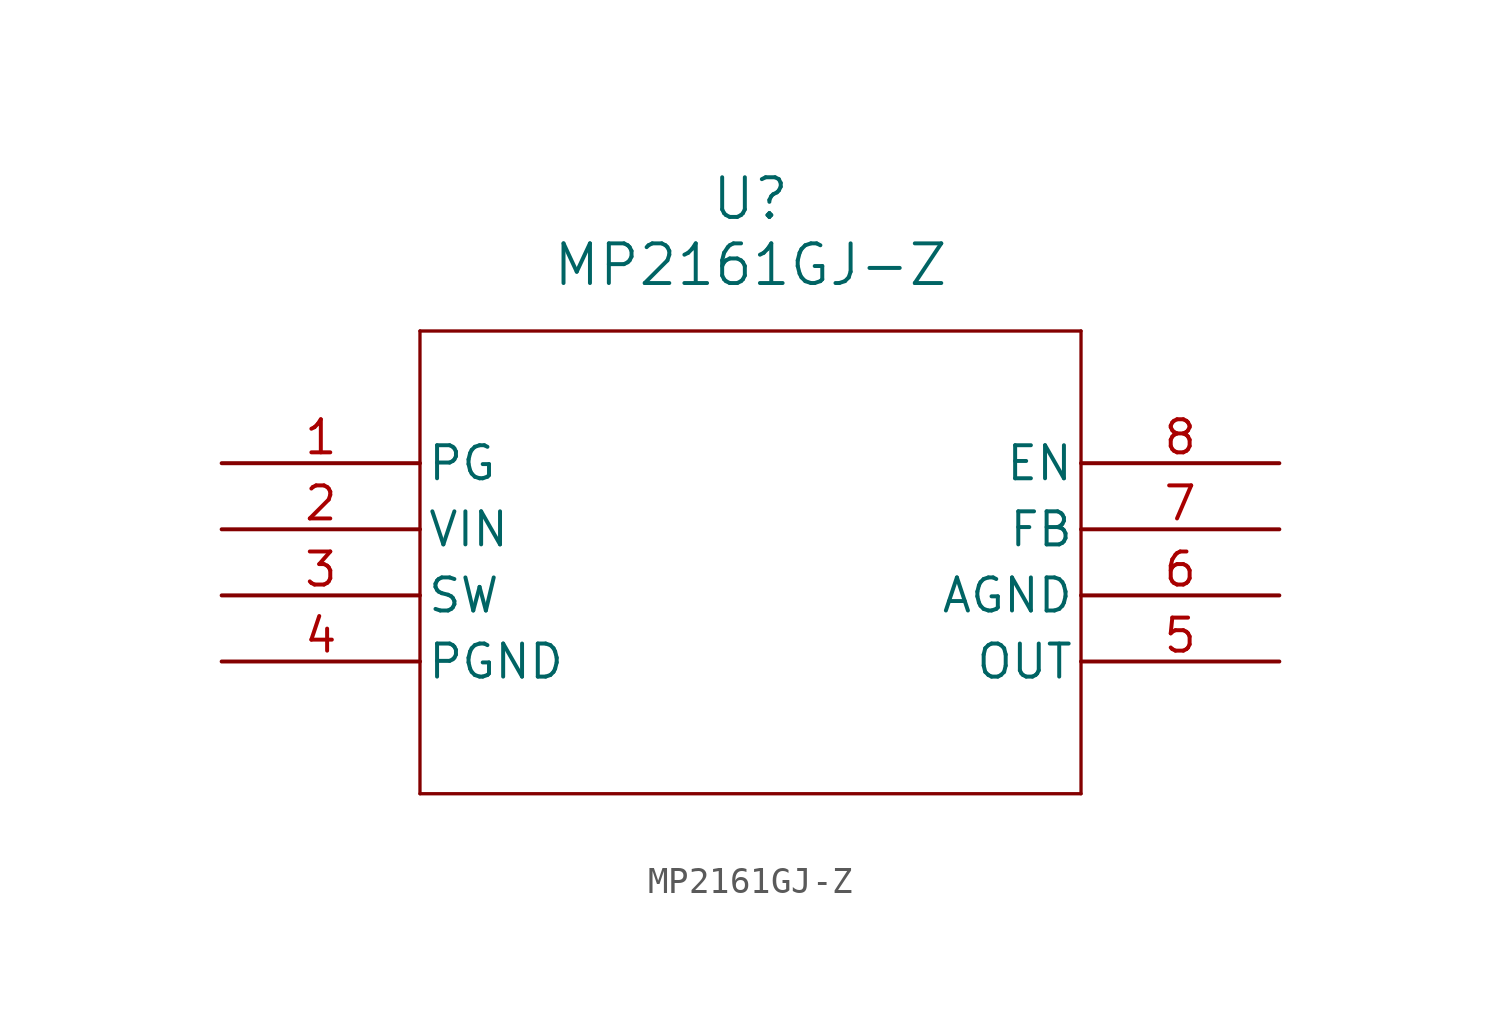
<source format=kicad_sym>
(kicad_symbol_lib
  (version 20211014)
  (generator kicad_symbol_editor)
  (symbol "MP2161GJ-Z"
    (pin_names
      (offset 0.254))
    (property "Reference" "U"
      (at 20.32 10.16 0)
      (effects (font (size 1.524 1.524))))
    (property "Value" "MP2161GJ-Z"
      (at 20.32 7.62 0)
      (effects (font (size 1.524 1.524))))
    (symbol "MP2161GJ-Z_0_1"
      (polyline (pts (xy 7.62 5.08) (xy 7.62 -12.7)) (stroke (width 0.127) (type default) (color 0 0 0 0)) (fill (type none)))
      (polyline (pts (xy 7.62 -12.7) (xy 33.02 -12.7)) (stroke (width 0.127) (type default) (color 0 0 0 0)) (fill (type none)))
      (polyline (pts (xy 33.02 -12.7) (xy 33.02 5.08)) (stroke (width 0.127) (type default) (color 0 0 0 0)) (fill (type none)))
      (polyline (pts (xy 33.02 5.08) (xy 7.62 5.08)) (stroke (width 0.127) (type default) (color 0 0 0 0)) (fill (type none)))
      (pin unspecified line (at 0 0 0) (length 7.62) (name "PG" (effects (font (size 1.27 1.27)))) (number "1" (effects (font (size 1.27 1.27)))))
      (pin unspecified line (at 0 -2.54 0) (length 7.62) (name "VIN" (effects (font (size 1.27 1.27)))) (number "2" (effects (font (size 1.27 1.27)))))
      (pin unspecified line (at 0 -5.08 0) (length 7.62) (name "SW" (effects (font (size 1.27 1.27)))) (number "3" (effects (font (size 1.27 1.27)))))
      (pin power_out line (at 0 -7.62 0) (length 7.62) (name "PGND" (effects (font (size 1.27 1.27)))) (number "4" (effects (font (size 1.27 1.27)))))
      (pin output line (at 40.64 -7.62 180) (length 7.62) (name "OUT" (effects (font (size 1.27 1.27)))) (number "5" (effects (font (size 1.27 1.27)))))
      (pin power_out line (at 40.64 -5.08 180) (length 7.62) (name "AGND" (effects (font (size 1.27 1.27)))) (number "6" (effects (font (size 1.27 1.27)))))
      (pin unspecified line (at 40.64 -2.54 180) (length 7.62) (name "FB" (effects (font (size 1.27 1.27)))) (number "7" (effects (font (size 1.27 1.27)))))
      (pin unspecified line (at 40.64 0 180) (length 7.62) (name "EN" (effects (font (size 1.27 1.27)))) (number "8" (effects (font (size 1.27 1.27))))))))
</source>
